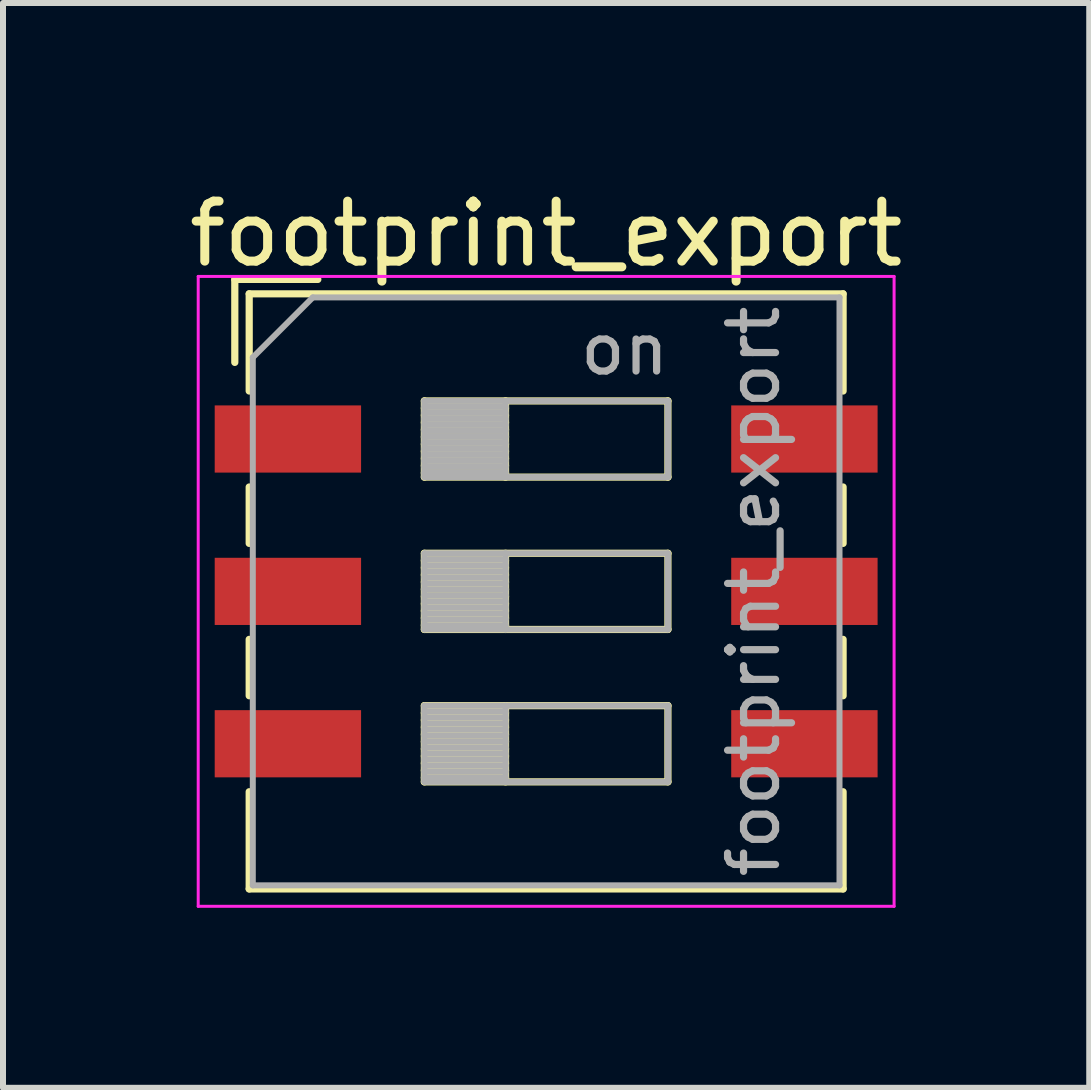
<source format=kicad_pcb>
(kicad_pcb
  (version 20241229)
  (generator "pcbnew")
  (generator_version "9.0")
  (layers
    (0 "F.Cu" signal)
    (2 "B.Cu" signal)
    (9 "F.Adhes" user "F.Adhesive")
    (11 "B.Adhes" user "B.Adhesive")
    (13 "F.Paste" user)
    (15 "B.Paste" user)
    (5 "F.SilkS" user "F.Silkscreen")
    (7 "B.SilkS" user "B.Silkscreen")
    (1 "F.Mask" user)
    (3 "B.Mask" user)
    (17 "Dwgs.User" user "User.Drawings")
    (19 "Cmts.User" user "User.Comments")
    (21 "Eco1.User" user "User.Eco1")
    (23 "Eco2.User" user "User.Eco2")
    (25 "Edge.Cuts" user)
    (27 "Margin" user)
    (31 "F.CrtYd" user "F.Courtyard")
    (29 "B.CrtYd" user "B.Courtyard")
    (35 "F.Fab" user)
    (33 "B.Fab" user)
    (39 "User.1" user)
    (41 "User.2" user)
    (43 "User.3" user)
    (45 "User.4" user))
  (footprint "footprint_export"
    (layer "F.Cu")
    (at 6.054 6.808)
    (property "Reference" "footprint_export" (at 0 -5.96 0) (layer "F.SilkS") (effects (font (size 1 1) (thickness 0.15))))
    (attr smd)
    (fp_line (start -5.19 -5.2) (end -5.19 -3.817) (stroke (width 0.12) (type solid)) (layer "F.SilkS"))
    (fp_line (start -5.19 -5.2) (end -3.806 -5.2) (stroke (width 0.12) (type solid)) (layer "F.SilkS"))
    (fp_line (start -4.95 -4.96) (end -4.95 -3.34) (stroke (width 0.12) (type solid)) (layer "F.SilkS"))
    (fp_line (start -4.95 -4.96) (end 4.95 -4.96) (stroke (width 0.12) (type solid)) (layer "F.SilkS"))
    (fp_line (start -4.95 -1.74) (end -4.95 -0.8) (stroke (width 0.12) (type solid)) (layer "F.SilkS"))
    (fp_line (start -4.95 0.8) (end -4.95 1.74) (stroke (width 0.12) (type solid)) (layer "F.SilkS"))
    (fp_line (start -4.95 3.34) (end -4.95 4.96) (stroke (width 0.12) (type solid)) (layer "F.SilkS"))
    (fp_line (start -4.95 4.96) (end 4.95 4.96) (stroke (width 0.12) (type solid)) (layer "F.SilkS"))
    (fp_line (start -2.03 -3.175) (end -2.03 -1.905) (stroke (width 0.12) (type solid)) (layer "F.SilkS"))
    (fp_line (start -2.03 -3.055) (end -0.677 -3.055) (stroke (width 0.12) (type solid)) (layer "F.SilkS"))
    (fp_line (start -2.03 -2.935) (end -0.677 -2.935) (stroke (width 0.12) (type solid)) (layer "F.SilkS"))
    (fp_line (start -2.03 -2.815) (end -0.677 -2.815) (stroke (width 0.12) (type solid)) (layer "F.SilkS"))
    (fp_line (start -2.03 -2.695) (end -0.677 -2.695) (stroke (width 0.12) (type solid)) (layer "F.SilkS"))
    (fp_line (start -2.03 -2.575) (end -0.677 -2.575) (stroke (width 0.12) (type solid)) (layer "F.SilkS"))
    (fp_line (start -2.03 -2.455) (end -0.677 -2.455) (stroke (width 0.12) (type solid)) (layer "F.SilkS"))
    (fp_line (start -2.03 -2.335) (end -0.677 -2.335) (stroke (width 0.12) (type solid)) (layer "F.SilkS"))
    (fp_line (start -2.03 -2.215) (end -0.677 -2.215) (stroke (width 0.12) (type solid)) (layer "F.SilkS"))
    (fp_line (start -2.03 -2.095) (end -0.677 -2.095) (stroke (width 0.12) (type solid)) (layer "F.SilkS"))
    (fp_line (start -2.03 -1.975) (end -0.677 -1.975) (stroke (width 0.12) (type solid)) (layer "F.SilkS"))
    (fp_line (start -2.03 -1.905) (end 2.03 -1.905) (stroke (width 0.12) (type solid)) (layer "F.SilkS"))
    (fp_line (start -2.03 -0.635) (end -2.03 0.635) (stroke (width 0.12) (type solid)) (layer "F.SilkS"))
    (fp_line (start -2.03 -0.515) (end -0.677 -0.515) (stroke (width 0.12) (type solid)) (layer "F.SilkS"))
    (fp_line (start -2.03 -0.395) (end -0.677 -0.395) (stroke (width 0.12) (type solid)) (layer "F.SilkS"))
    (fp_line (start -2.03 -0.275) (end -0.677 -0.275) (stroke (width 0.12) (type solid)) (layer "F.SilkS"))
    (fp_line (start -2.03 -0.155) (end -0.677 -0.155) (stroke (width 0.12) (type solid)) (layer "F.SilkS"))
    (fp_line (start -2.03 -0.035) (end -0.677 -0.035) (stroke (width 0.12) (type solid)) (layer "F.SilkS"))
    (fp_line (start -2.03 0.085) (end -0.677 0.085) (stroke (width 0.12) (type solid)) (layer "F.SilkS"))
    (fp_line (start -2.03 0.205) (end -0.677 0.205) (stroke (width 0.12) (type solid)) (layer "F.SilkS"))
    (fp_line (start -2.03 0.325) (end -0.677 0.325) (stroke (width 0.12) (type solid)) (layer "F.SilkS"))
    (fp_line (start -2.03 0.445) (end -0.677 0.445) (stroke (width 0.12) (type solid)) (layer "F.SilkS"))
    (fp_line (start -2.03 0.565) (end -0.677 0.565) (stroke (width 0.12) (type solid)) (layer "F.SilkS"))
    (fp_line (start -2.03 0.635) (end 2.03 0.635) (stroke (width 0.12) (type solid)) (layer "F.SilkS"))
    (fp_line (start -2.03 1.905) (end -2.03 3.175) (stroke (width 0.12) (type solid)) (layer "F.SilkS"))
    (fp_line (start -2.03 2.025) (end -0.677 2.025) (stroke (width 0.12) (type solid)) (layer "F.SilkS"))
    (fp_line (start -2.03 2.145) (end -0.677 2.145) (stroke (width 0.12) (type solid)) (layer "F.SilkS"))
    (fp_line (start -2.03 2.265) (end -0.677 2.265) (stroke (width 0.12) (type solid)) (layer "F.SilkS"))
    (fp_line (start -2.03 2.385) (end -0.677 2.385) (stroke (width 0.12) (type solid)) (layer "F.SilkS"))
    (fp_line (start -2.03 2.505) (end -0.677 2.505) (stroke (width 0.12) (type solid)) (layer "F.SilkS"))
    (fp_line (start -2.03 2.625) (end -0.677 2.625) (stroke (width 0.12) (type solid)) (layer "F.SilkS"))
    (fp_line (start -2.03 2.745) (end -0.677 2.745) (stroke (width 0.12) (type solid)) (layer "F.SilkS"))
    (fp_line (start -2.03 2.865) (end -0.677 2.865) (stroke (width 0.12) (type solid)) (layer "F.SilkS"))
    (fp_line (start -2.03 2.985) (end -0.677 2.985) (stroke (width 0.12) (type solid)) (layer "F.SilkS"))
    (fp_line (start -2.03 3.105) (end -0.677 3.105) (stroke (width 0.12) (type solid)) (layer "F.SilkS"))
    (fp_line (start -2.03 3.175) (end 2.03 3.175) (stroke (width 0.12) (type solid)) (layer "F.SilkS"))
    (fp_line (start -0.677 -3.175) (end -0.677 -1.905) (stroke (width 0.12) (type solid)) (layer "F.SilkS"))
    (fp_line (start -0.677 -0.635) (end -0.677 0.635) (stroke (width 0.12) (type solid)) (layer "F.SilkS"))
    (fp_line (start -0.677 1.905) (end -0.677 3.175) (stroke (width 0.12) (type solid)) (layer "F.SilkS"))
    (fp_line (start 2.03 -3.175) (end -2.03 -3.175) (stroke (width 0.12) (type solid)) (layer "F.SilkS"))
    (fp_line (start 2.03 -1.905) (end 2.03 -3.175) (stroke (width 0.12) (type solid)) (layer "F.SilkS"))
    (fp_line (start 2.03 -0.635) (end -2.03 -0.635) (stroke (width 0.12) (type solid)) (layer "F.SilkS"))
    (fp_line (start 2.03 0.635) (end 2.03 -0.635) (stroke (width 0.12) (type solid)) (layer "F.SilkS"))
    (fp_line (start 2.03 1.905) (end -2.03 1.905) (stroke (width 0.12) (type solid)) (layer "F.SilkS"))
    (fp_line (start 2.03 3.175) (end 2.03 1.905) (stroke (width 0.12) (type solid)) (layer "F.SilkS"))
    (fp_line (start 4.95 -4.96) (end 4.95 -3.34) (stroke (width 0.12) (type solid)) (layer "F.SilkS"))
    (fp_line (start 4.95 -1.74) (end 4.95 -0.8) (stroke (width 0.12) (type solid)) (layer "F.SilkS"))
    (fp_line (start 4.95 0.8) (end 4.95 1.74) (stroke (width 0.12) (type solid)) (layer "F.SilkS"))
    (fp_line (start 4.95 3.34) (end 4.95 4.96) (stroke (width 0.12) (type solid)) (layer "F.SilkS"))
    (fp_line (start -5.8 -5.25) (end -5.8 5.25) (stroke (width 0.05) (type solid)) (layer "F.CrtYd"))
    (fp_line (start -5.8 5.25) (end 5.8 5.25) (stroke (width 0.05) (type solid)) (layer "F.CrtYd"))
    (fp_line (start 5.8 -5.25) (end -5.8 -5.25) (stroke (width 0.05) (type solid)) (layer "F.CrtYd"))
    (fp_line (start 5.8 5.25) (end 5.8 -5.25) (stroke (width 0.05) (type solid)) (layer "F.CrtYd"))
    (fp_line (start -4.89 -3.9) (end -3.89 -4.9) (stroke (width 0.1) (type solid)) (layer "F.Fab"))
    (fp_line (start -4.89 4.9) (end -4.89 -3.9) (stroke (width 0.1) (type solid)) (layer "F.Fab"))
    (fp_line (start -3.89 -4.9) (end 4.89 -4.9) (stroke (width 0.1) (type solid)) (layer "F.Fab"))
    (fp_line (start -2.03 -3.175) (end -2.03 -1.905) (stroke (width 0.1) (type solid)) (layer "F.Fab"))
    (fp_line (start -2.03 -3.075) (end -0.677 -3.075) (stroke (width 0.1) (type solid)) (layer "F.Fab"))
    (fp_line (start -2.03 -2.975) (end -0.677 -2.975) (stroke (width 0.1) (type solid)) (layer "F.Fab"))
    (fp_line (start -2.03 -2.875) (end -0.677 -2.875) (stroke (width 0.1) (type solid)) (layer "F.Fab"))
    (fp_line (start -2.03 -2.775) (end -0.677 -2.775) (stroke (width 0.1) (type solid)) (layer "F.Fab"))
    (fp_line (start -2.03 -2.675) (end -0.677 -2.675) (stroke (width 0.1) (type solid)) (layer "F.Fab"))
    (fp_line (start -2.03 -2.575) (end -0.677 -2.575) (stroke (width 0.1) (type solid)) (layer "F.Fab"))
    (fp_line (start -2.03 -2.475) (end -0.677 -2.475) (stroke (width 0.1) (type solid)) (layer "F.Fab"))
    (fp_line (start -2.03 -2.375) (end -0.677 -2.375) (stroke (width 0.1) (type solid)) (layer "F.Fab"))
    (fp_line (start -2.03 -2.275) (end -0.677 -2.275) (stroke (width 0.1) (type solid)) (layer "F.Fab"))
    (fp_line (start -2.03 -2.175) (end -0.677 -2.175) (stroke (width 0.1) (type solid)) (layer "F.Fab"))
    (fp_line (start -2.03 -2.075) (end -0.677 -2.075) (stroke (width 0.1) (type solid)) (layer "F.Fab"))
    (fp_line (start -2.03 -1.975) (end -0.677 -1.975) (stroke (width 0.1) (type solid)) (layer "F.Fab"))
    (fp_line (start -2.03 -1.905) (end 2.03 -1.905) (stroke (width 0.1) (type solid)) (layer "F.Fab"))
    (fp_line (start -2.03 -0.635) (end -2.03 0.635) (stroke (width 0.1) (type solid)) (layer "F.Fab"))
    (fp_line (start -2.03 -0.535) (end -0.677 -0.535) (stroke (width 0.1) (type solid)) (layer "F.Fab"))
    (fp_line (start -2.03 -0.435) (end -0.677 -0.435) (stroke (width 0.1) (type solid)) (layer "F.Fab"))
    (fp_line (start -2.03 -0.335) (end -0.677 -0.335) (stroke (width 0.1) (type solid)) (layer "F.Fab"))
    (fp_line (start -2.03 -0.235) (end -0.677 -0.235) (stroke (width 0.1) (type solid)) (layer "F.Fab"))
    (fp_line (start -2.03 -0.135) (end -0.677 -0.135) (stroke (width 0.1) (type solid)) (layer "F.Fab"))
    (fp_line (start -2.03 -0.035) (end -0.677 -0.035) (stroke (width 0.1) (type solid)) (layer "F.Fab"))
    (fp_line (start -2.03 0.065) (end -0.677 0.065) (stroke (width 0.1) (type solid)) (layer "F.Fab"))
    (fp_line (start -2.03 0.165) (end -0.677 0.165) (stroke (width 0.1) (type solid)) (layer "F.Fab"))
    (fp_line (start -2.03 0.265) (end -0.677 0.265) (stroke (width 0.1) (type solid)) (layer "F.Fab"))
    (fp_line (start -2.03 0.365) (end -0.677 0.365) (stroke (width 0.1) (type solid)) (layer "F.Fab"))
    (fp_line (start -2.03 0.465) (end -0.677 0.465) (stroke (width 0.1) (type solid)) (layer "F.Fab"))
    (fp_line (start -2.03 0.565) (end -0.677 0.565) (stroke (width 0.1) (type solid)) (layer "F.Fab"))
    (fp_line (start -2.03 0.635) (end 2.03 0.635) (stroke (width 0.1) (type solid)) (layer "F.Fab"))
    (fp_line (start -2.03 1.905) (end -2.03 3.175) (stroke (width 0.1) (type solid)) (layer "F.Fab"))
    (fp_line (start -2.03 2.005) (end -0.677 2.005) (stroke (width 0.1) (type solid)) (layer "F.Fab"))
    (fp_line (start -2.03 2.105) (end -0.677 2.105) (stroke (width 0.1) (type solid)) (layer "F.Fab"))
    (fp_line (start -2.03 2.205) (end -0.677 2.205) (stroke (width 0.1) (type solid)) (layer "F.Fab"))
    (fp_line (start -2.03 2.305) (end -0.677 2.305) (stroke (width 0.1) (type solid)) (layer "F.Fab"))
    (fp_line (start -2.03 2.405) (end -0.677 2.405) (stroke (width 0.1) (type solid)) (layer "F.Fab"))
    (fp_line (start -2.03 2.505) (end -0.677 2.505) (stroke (width 0.1) (type solid)) (layer "F.Fab"))
    (fp_line (start -2.03 2.605) (end -0.677 2.605) (stroke (width 0.1) (type solid)) (layer "F.Fab"))
    (fp_line (start -2.03 2.705) (end -0.677 2.705) (stroke (width 0.1) (type solid)) (layer "F.Fab"))
    (fp_line (start -2.03 2.805) (end -0.677 2.805) (stroke (width 0.1) (type solid)) (layer "F.Fab"))
    (fp_line (start -2.03 2.905) (end -0.677 2.905) (stroke (width 0.1) (type solid)) (layer "F.Fab"))
    (fp_line (start -2.03 3.005) (end -0.677 3.005) (stroke (width 0.1) (type solid)) (layer "F.Fab"))
    (fp_line (start -2.03 3.105) (end -0.677 3.105) (stroke (width 0.1) (type solid)) (layer "F.Fab"))
    (fp_line (start -2.03 3.175) (end 2.03 3.175) (stroke (width 0.1) (type solid)) (layer "F.Fab"))
    (fp_line (start -0.677 -3.175) (end -0.677 -1.905) (stroke (width 0.1) (type solid)) (layer "F.Fab"))
    (fp_line (start -0.677 -0.635) (end -0.677 0.635) (stroke (width 0.1) (type solid)) (layer "F.Fab"))
    (fp_line (start -0.677 1.905) (end -0.677 3.175) (stroke (width 0.1) (type solid)) (layer "F.Fab"))
    (fp_line (start 2.03 -3.175) (end -2.03 -3.175) (stroke (width 0.1) (type solid)) (layer "F.Fab"))
    (fp_line (start 2.03 -1.905) (end 2.03 -3.175) (stroke (width 0.1) (type solid)) (layer "F.Fab"))
    (fp_line (start 2.03 -0.635) (end -2.03 -0.635) (stroke (width 0.1) (type solid)) (layer "F.Fab"))
    (fp_line (start 2.03 0.635) (end 2.03 -0.635) (stroke (width 0.1) (type solid)) (layer "F.Fab"))
    (fp_line (start 2.03 1.905) (end -2.03 1.905) (stroke (width 0.1) (type solid)) (layer "F.Fab"))
    (fp_line (start 2.03 3.175) (end 2.03 1.905) (stroke (width 0.1) (type solid)) (layer "F.Fab"))
    (fp_line (start 4.89 -4.9) (end 4.89 4.9) (stroke (width 0.1) (type solid)) (layer "F.Fab"))
    (fp_line (start 4.89 4.9) (end -4.89 4.9) (stroke (width 0.1) (type solid)) (layer "F.Fab"))
    (fp_text user "${REFERENCE}" (at 3.46 0 90) (layer "F.Fab") (effects (font (size 0.8 0.8) (thickness 0.12))))
    (fp_text user "on" (at 1.308 -4.037 0) (layer "F.Fab") (effects (font (size 0.8 0.8) (thickness 0.12))))
    (pad "1" smd rect (at -4.305 -2.54) (size 2.44 1.12) (layers "F.Cu" "F.Mask" "F.Paste"))
    (pad "2" smd rect (at -4.305 0) (size 2.44 1.12) (layers "F.Cu" "F.Mask" "F.Paste"))
    (pad "3" smd rect (at -4.305 2.54) (size 2.44 1.12) (layers "F.Cu" "F.Mask" "F.Paste"))
    (pad "4" smd rect (at 4.305 2.54) (size 2.44 1.12) (layers "F.Cu" "F.Mask" "F.Paste"))
    (pad "5" smd rect (at 4.305 0) (size 2.44 1.12) (layers "F.Cu" "F.Mask" "F.Paste"))
    (pad "6" smd rect (at 4.305 -2.54) (size 2.44 1.12) (layers "F.Cu" "F.Mask" "F.Paste")))
  (gr_rect
    (start -3 -3)
    (end 15.107 15.083)
    (stroke (width 0.1) (type default))
    (fill no)
    (layer "Edge.Cuts")))
</source>
